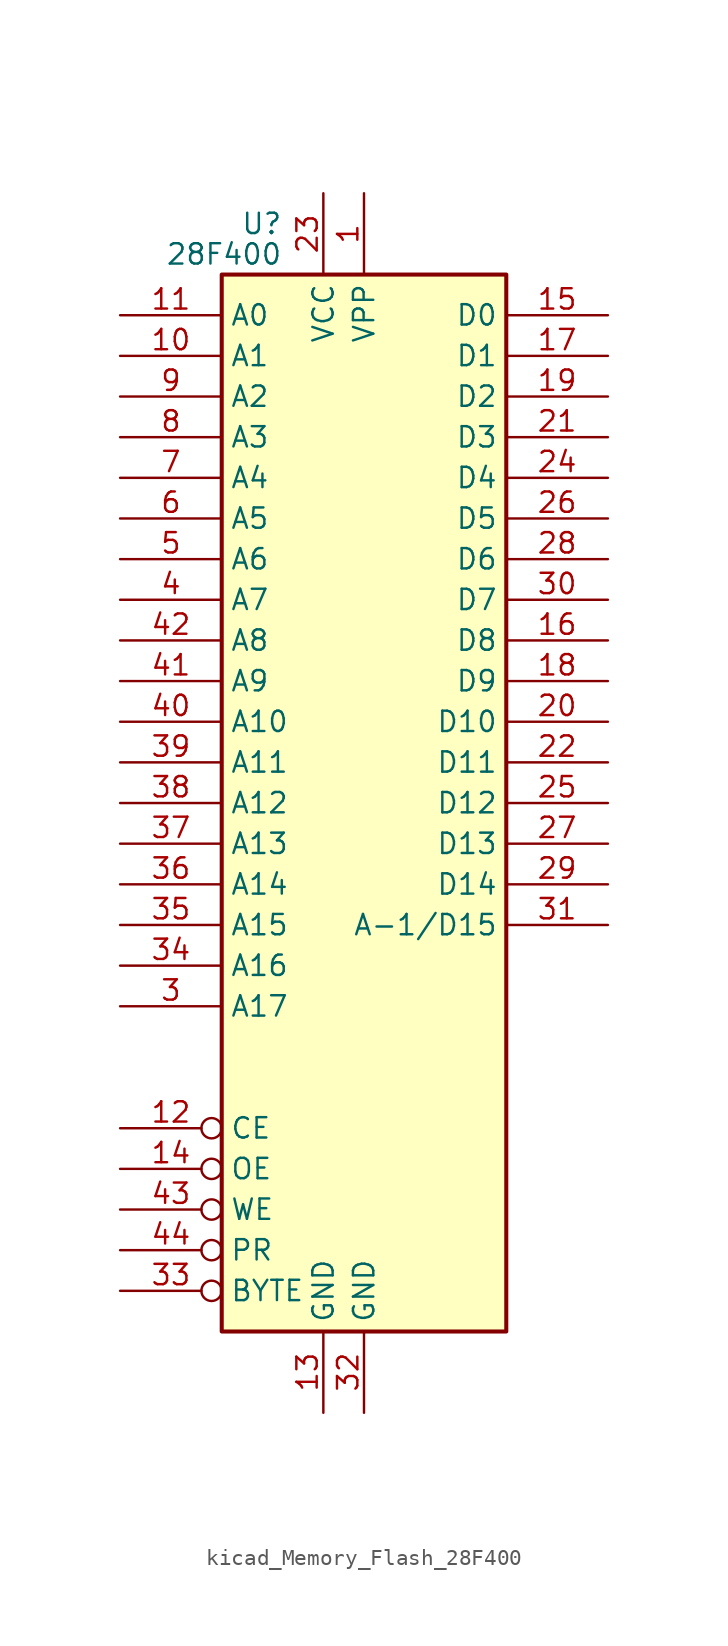
<source format=kicad_sym>
(kicad_symbol_lib
  (version 20220914)
  (generator kicad_symbol_editor)
  (symbol "kicad_Memory_Flash_28F400"
    (property "Reference" "U"
      (at -5.08 36.195 0)
      (effects (font (size 1.27 1.27)) (justify right)))
    (property "Value" "28F400"
      (at -5.08 34.29 0)
      (effects (font (size 1.27 1.27)) (justify right)))
    (symbol "kicad_Memory_Flash_28F400_0_1"
      (rectangle (start -8.89 33.02) (end 8.89 -33.02) (stroke (width 0.254) (type default)) (fill (type background))))
    (symbol "kicad_Memory_Flash_28F400_1_1"
      (pin power_in line (at 0 38.1 270) (length 5.08) (name "VPP" (effects (font (size 1.27 1.27)))) (number "1" (effects (font (size 1.27 1.27)))))
      (pin input line (at -15.24 27.94 0) (length 6.35) (name "A1" (effects (font (size 1.27 1.27)))) (number "10" (effects (font (size 1.27 1.27)))))
      (pin input line (at -15.24 30.48 0) (length 6.35) (name "A0" (effects (font (size 1.27 1.27)))) (number "11" (effects (font (size 1.27 1.27)))))
      (pin input inverted (at -15.24 -20.32 0) (length 6.35) (name "CE" (effects (font (size 1.27 1.27)))) (number "12" (effects (font (size 1.27 1.27)))))
      (pin power_in line (at -2.54 -38.1 90) (length 5.08) (name "GND" (effects (font (size 1.27 1.27)))) (number "13" (effects (font (size 1.27 1.27)))))
      (pin input inverted (at -15.24 -22.86 0) (length 6.35) (name "OE" (effects (font (size 1.27 1.27)))) (number "14" (effects (font (size 1.27 1.27)))))
      (pin tri_state line (at 15.24 30.48 180) (length 6.35) (name "D0" (effects (font (size 1.27 1.27)))) (number "15" (effects (font (size 1.27 1.27)))))
      (pin tri_state line (at 15.24 10.16 180) (length 6.35) (name "D8" (effects (font (size 1.27 1.27)))) (number "16" (effects (font (size 1.27 1.27)))))
      (pin tri_state line (at 15.24 27.94 180) (length 6.35) (name "D1" (effects (font (size 1.27 1.27)))) (number "17" (effects (font (size 1.27 1.27)))))
      (pin tri_state line (at 15.24 7.62 180) (length 6.35) (name "D9" (effects (font (size 1.27 1.27)))) (number "18" (effects (font (size 1.27 1.27)))))
      (pin tri_state line (at 15.24 25.4 180) (length 6.35) (name "D2" (effects (font (size 1.27 1.27)))) (number "19" (effects (font (size 1.27 1.27)))))
      (pin no_connect line (at 8.89 -30.48 180) (length 6.35) hide (name "DU" (effects (font (size 1.27 1.27)))) (number "2" (effects (font (size 1.27 1.27)))))
      (pin tri_state line (at 15.24 5.08 180) (length 6.35) (name "D10" (effects (font (size 1.27 1.27)))) (number "20" (effects (font (size 1.27 1.27)))))
      (pin tri_state line (at 15.24 22.86 180) (length 6.35) (name "D3" (effects (font (size 1.27 1.27)))) (number "21" (effects (font (size 1.27 1.27)))))
      (pin tri_state line (at 15.24 2.54 180) (length 6.35) (name "D11" (effects (font (size 1.27 1.27)))) (number "22" (effects (font (size 1.27 1.27)))))
      (pin power_in line (at -2.54 38.1 270) (length 5.08) (name "VCC" (effects (font (size 1.27 1.27)))) (number "23" (effects (font (size 1.27 1.27)))))
      (pin tri_state line (at 15.24 20.32 180) (length 6.35) (name "D4" (effects (font (size 1.27 1.27)))) (number "24" (effects (font (size 1.27 1.27)))))
      (pin tri_state line (at 15.24 0 180) (length 6.35) (name "D12" (effects (font (size 1.27 1.27)))) (number "25" (effects (font (size 1.27 1.27)))))
      (pin tri_state line (at 15.24 17.78 180) (length 6.35) (name "D5" (effects (font (size 1.27 1.27)))) (number "26" (effects (font (size 1.27 1.27)))))
      (pin tri_state line (at 15.24 -2.54 180) (length 6.35) (name "D13" (effects (font (size 1.27 1.27)))) (number "27" (effects (font (size 1.27 1.27)))))
      (pin tri_state line (at 15.24 15.24 180) (length 6.35) (name "D6" (effects (font (size 1.27 1.27)))) (number "28" (effects (font (size 1.27 1.27)))))
      (pin tri_state line (at 15.24 -5.08 180) (length 6.35) (name "D14" (effects (font (size 1.27 1.27)))) (number "29" (effects (font (size 1.27 1.27)))))
      (pin input line (at -15.24 -12.7 0) (length 6.35) (name "A17" (effects (font (size 1.27 1.27)))) (number "3" (effects (font (size 1.27 1.27)))))
      (pin tri_state line (at 15.24 12.7 180) (length 6.35) (name "D7" (effects (font (size 1.27 1.27)))) (number "30" (effects (font (size 1.27 1.27)))))
      (pin tri_state line (at 15.24 -7.62 180) (length 6.35) (name "A-1/D15" (effects (font (size 1.27 1.27)))) (number "31" (effects (font (size 1.27 1.27)))))
      (pin power_in line (at 0 -38.1 90) (length 5.08) (name "GND" (effects (font (size 1.27 1.27)))) (number "32" (effects (font (size 1.27 1.27)))))
      (pin input inverted (at -15.24 -30.48 0) (length 6.35) (name "BYTE" (effects (font (size 1.27 1.27)))) (number "33" (effects (font (size 1.27 1.27)))))
      (pin input line (at -15.24 -10.16 0) (length 6.35) (name "A16" (effects (font (size 1.27 1.27)))) (number "34" (effects (font (size 1.27 1.27)))))
      (pin input line (at -15.24 -7.62 0) (length 6.35) (name "A15" (effects (font (size 1.27 1.27)))) (number "35" (effects (font (size 1.27 1.27)))))
      (pin input line (at -15.24 -5.08 0) (length 6.35) (name "A14" (effects (font (size 1.27 1.27)))) (number "36" (effects (font (size 1.27 1.27)))))
      (pin input line (at -15.24 -2.54 0) (length 6.35) (name "A13" (effects (font (size 1.27 1.27)))) (number "37" (effects (font (size 1.27 1.27)))))
      (pin input line (at -15.24 0 0) (length 6.35) (name "A12" (effects (font (size 1.27 1.27)))) (number "38" (effects (font (size 1.27 1.27)))))
      (pin input line (at -15.24 2.54 0) (length 6.35) (name "A11" (effects (font (size 1.27 1.27)))) (number "39" (effects (font (size 1.27 1.27)))))
      (pin input line (at -15.24 12.7 0) (length 6.35) (name "A7" (effects (font (size 1.27 1.27)))) (number "4" (effects (font (size 1.27 1.27)))))
      (pin input line (at -15.24 5.08 0) (length 6.35) (name "A10" (effects (font (size 1.27 1.27)))) (number "40" (effects (font (size 1.27 1.27)))))
      (pin input line (at -15.24 7.62 0) (length 6.35) (name "A9" (effects (font (size 1.27 1.27)))) (number "41" (effects (font (size 1.27 1.27)))))
      (pin input line (at -15.24 10.16 0) (length 6.35) (name "A8" (effects (font (size 1.27 1.27)))) (number "42" (effects (font (size 1.27 1.27)))))
      (pin input inverted (at -15.24 -25.4 0) (length 6.35) (name "WE" (effects (font (size 1.27 1.27)))) (number "43" (effects (font (size 1.27 1.27)))))
      (pin input inverted (at -15.24 -27.94 0) (length 6.35) (name "PR" (effects (font (size 1.27 1.27)))) (number "44" (effects (font (size 1.27 1.27)))))
      (pin input line (at -15.24 15.24 0) (length 6.35) (name "A6" (effects (font (size 1.27 1.27)))) (number "5" (effects (font (size 1.27 1.27)))))
      (pin input line (at -15.24 17.78 0) (length 6.35) (name "A5" (effects (font (size 1.27 1.27)))) (number "6" (effects (font (size 1.27 1.27)))))
      (pin input line (at -15.24 20.32 0) (length 6.35) (name "A4" (effects (font (size 1.27 1.27)))) (number "7" (effects (font (size 1.27 1.27)))))
      (pin input line (at -15.24 22.86 0) (length 6.35) (name "A3" (effects (font (size 1.27 1.27)))) (number "8" (effects (font (size 1.27 1.27)))))
      (pin input line (at -15.24 25.4 0) (length 6.35) (name "A2" (effects (font (size 1.27 1.27)))) (number "9" (effects (font (size 1.27 1.27))))))))
</source>
